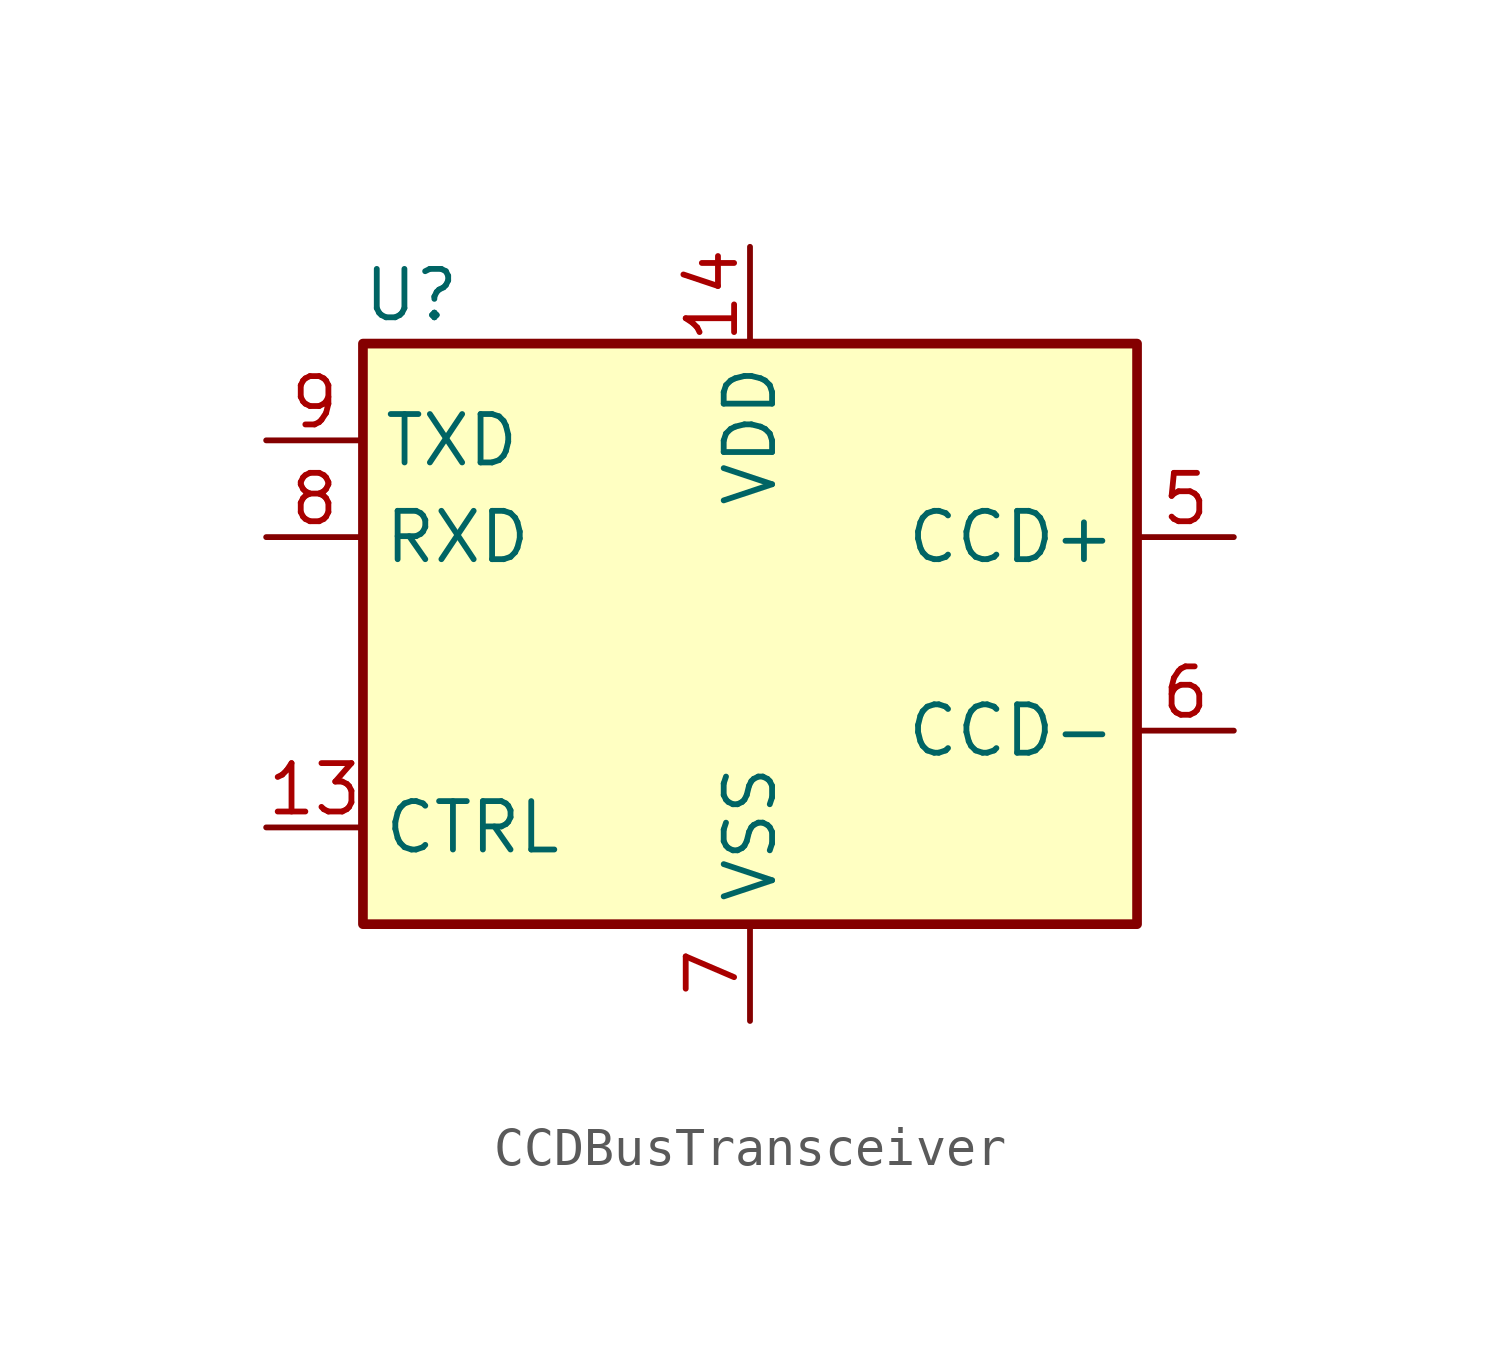
<source format=kicad_sym>
(kicad_symbol_lib
  (version 20220914)
  (generator kicad_symbol_editor)
  (symbol "CCDBusTransceiver"
    (property "Reference" "U"
      (at -8.89 8.89 0)
      (effects (font (size 1.27 1.27))))
    (property "Value" ""
      (at 0 0 0)
      (effects (font (size 1.27 1.27))))
    (symbol "CCDBusTransceiver_0_1"
      (rectangle (start -10.16 7.62) (end 10.16 -7.62) (stroke (width 0.254) (type default)) (fill (type background))))
    (symbol "CCDBusTransceiver_1_1"
      (pin output line (at -12.7 -5.08 0) (length 2.54) (name "CTRL" (effects (font (size 1.27 1.27)))) (number "13" (effects (font (size 1.27 1.27)))))
      (pin power_in line (at 0 10.16 270) (length 2.54) (name "VDD" (effects (font (size 1.27 1.27)))) (number "14" (effects (font (size 1.27 1.27)))))
      (pin bidirectional line (at 12.7 2.54 180) (length 2.54) (name "CCD+" (effects (font (size 1.27 1.27)))) (number "5" (effects (font (size 1.27 1.27)))))
      (pin bidirectional line (at 12.7 -2.54 180) (length 2.54) (name "CCD-" (effects (font (size 1.27 1.27)))) (number "6" (effects (font (size 1.27 1.27)))))
      (pin power_in line (at 0 -10.16 90) (length 2.54) (name "VSS" (effects (font (size 1.27 1.27)))) (number "7" (effects (font (size 1.27 1.27)))))
      (pin output line (at -12.7 2.54 0) (length 2.54) (name "RXD" (effects (font (size 1.27 1.27)))) (number "8" (effects (font (size 1.27 1.27)))))
      (pin input line (at -12.7 5.08 0) (length 2.54) (name "TXD" (effects (font (size 1.27 1.27)))) (number "9" (effects (font (size 1.27 1.27))))))))
</source>
